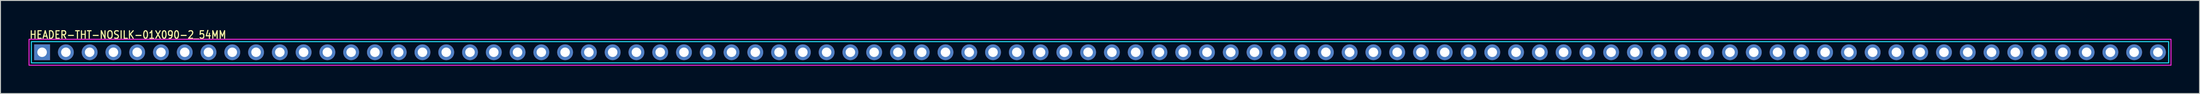
<source format=kicad_pcb>
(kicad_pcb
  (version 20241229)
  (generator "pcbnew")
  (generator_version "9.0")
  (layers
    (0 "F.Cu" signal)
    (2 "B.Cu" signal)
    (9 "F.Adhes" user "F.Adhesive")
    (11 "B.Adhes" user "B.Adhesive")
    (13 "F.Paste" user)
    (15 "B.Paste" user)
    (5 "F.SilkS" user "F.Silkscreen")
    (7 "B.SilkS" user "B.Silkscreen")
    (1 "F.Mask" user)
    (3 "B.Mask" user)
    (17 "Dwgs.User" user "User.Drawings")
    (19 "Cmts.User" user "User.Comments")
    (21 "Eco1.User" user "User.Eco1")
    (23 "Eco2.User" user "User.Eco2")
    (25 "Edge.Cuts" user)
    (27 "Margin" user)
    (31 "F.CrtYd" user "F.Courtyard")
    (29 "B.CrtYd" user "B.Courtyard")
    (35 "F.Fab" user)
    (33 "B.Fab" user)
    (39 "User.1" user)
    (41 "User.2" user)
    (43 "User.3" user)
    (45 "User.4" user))
  (footprint "HEADER-THT-NOSILK-01X090-2_54MM"
    (layer "F.Cu")
    (at 1.447 2.579)
    (property "Reference" "HEADER-THT-NOSILK-01X090-2_54MM" (at -1.4 -1.4 0) (unlocked yes) (layer "F.SilkS") (effects (font (size 0.813 0.695) (thickness 0.122)) (justify left bottom)))
    (fp_poly (pts (xy -1.143 -1.143) (xy 227.203 -1.143) (xy 227.203 1.143) (xy -1.143 1.143)) (stroke (width 0.1) (type solid)) (fill no) (layer "B.CrtYd"))
    (fp_poly (pts (xy -1.397 -1.397) (xy 227.457 -1.397) (xy 227.457 1.397) (xy -1.397 1.397)) (stroke (width 0.1) (type solid)) (fill no) (layer "F.CrtYd"))
    (pad "1" thru_hole rect (at 0 0) (size 1.693 1.693) (drill 1.016) (layers "*.Cu" "*.Mask"))
    (pad "2" thru_hole oval (at 2.54 0) (size 1.693 1.693) (drill 1.016) (layers "*.Cu" "*.Mask"))
    (pad "3" thru_hole oval (at 5.08 0) (size 1.693 1.693) (drill 1.016) (layers "*.Cu" "*.Mask"))
    (pad "4" thru_hole oval (at 7.62 0) (size 1.693 1.693) (drill 1.016) (layers "*.Cu" "*.Mask"))
    (pad "5" thru_hole oval (at 10.16 0) (size 1.693 1.693) (drill 1.016) (layers "*.Cu" "*.Mask"))
    (pad "6" thru_hole oval (at 12.7 0) (size 1.693 1.693) (drill 1.016) (layers "*.Cu" "*.Mask"))
    (pad "7" thru_hole oval (at 15.24 0) (size 1.693 1.693) (drill 1.016) (layers "*.Cu" "*.Mask"))
    (pad "8" thru_hole oval (at 17.78 0) (size 1.693 1.693) (drill 1.016) (layers "*.Cu" "*.Mask"))
    (pad "9" thru_hole oval (at 20.32 0) (size 1.693 1.693) (drill 1.016) (layers "*.Cu" "*.Mask"))
    (pad "10" thru_hole oval (at 22.86 0) (size 1.693 1.693) (drill 1.016) (layers "*.Cu" "*.Mask"))
    (pad "11" thru_hole oval (at 25.4 0) (size 1.693 1.693) (drill 1.016) (layers "*.Cu" "*.Mask"))
    (pad "12" thru_hole oval (at 27.94 0) (size 1.693 1.693) (drill 1.016) (layers "*.Cu" "*.Mask"))
    (pad "13" thru_hole oval (at 30.48 0) (size 1.693 1.693) (drill 1.016) (layers "*.Cu" "*.Mask"))
    (pad "14" thru_hole oval (at 33.02 0) (size 1.693 1.693) (drill 1.016) (layers "*.Cu" "*.Mask"))
    (pad "15" thru_hole oval (at 35.56 0) (size 1.693 1.693) (drill 1.016) (layers "*.Cu" "*.Mask"))
    (pad "16" thru_hole oval (at 38.1 0) (size 1.693 1.693) (drill 1.016) (layers "*.Cu" "*.Mask"))
    (pad "17" thru_hole oval (at 40.64 0) (size 1.693 1.693) (drill 1.016) (layers "*.Cu" "*.Mask"))
    (pad "18" thru_hole oval (at 43.18 0) (size 1.693 1.693) (drill 1.016) (layers "*.Cu" "*.Mask"))
    (pad "19" thru_hole oval (at 45.72 0) (size 1.693 1.693) (drill 1.016) (layers "*.Cu" "*.Mask"))
    (pad "20" thru_hole oval (at 48.26 0) (size 1.693 1.693) (drill 1.016) (layers "*.Cu" "*.Mask"))
    (pad "21" thru_hole oval (at 50.8 0) (size 1.693 1.693) (drill 1.016) (layers "*.Cu" "*.Mask"))
    (pad "22" thru_hole oval (at 53.34 0) (size 1.693 1.693) (drill 1.016) (layers "*.Cu" "*.Mask"))
    (pad "23" thru_hole oval (at 55.88 0) (size 1.693 1.693) (drill 1.016) (layers "*.Cu" "*.Mask"))
    (pad "24" thru_hole oval (at 58.42 0) (size 1.693 1.693) (drill 1.016) (layers "*.Cu" "*.Mask"))
    (pad "25" thru_hole oval (at 60.96 0) (size 1.693 1.693) (drill 1.016) (layers "*.Cu" "*.Mask"))
    (pad "26" thru_hole oval (at 63.5 0) (size 1.693 1.693) (drill 1.016) (layers "*.Cu" "*.Mask"))
    (pad "27" thru_hole oval (at 66.04 0) (size 1.693 1.693) (drill 1.016) (layers "*.Cu" "*.Mask"))
    (pad "28" thru_hole oval (at 68.58 0) (size 1.693 1.693) (drill 1.016) (layers "*.Cu" "*.Mask"))
    (pad "29" thru_hole oval (at 71.12 0) (size 1.693 1.693) (drill 1.016) (layers "*.Cu" "*.Mask"))
    (pad "30" thru_hole oval (at 73.66 0) (size 1.693 1.693) (drill 1.016) (layers "*.Cu" "*.Mask"))
    (pad "31" thru_hole oval (at 76.2 0) (size 1.693 1.693) (drill 1.016) (layers "*.Cu" "*.Mask"))
    (pad "32" thru_hole oval (at 78.74 0) (size 1.693 1.693) (drill 1.016) (layers "*.Cu" "*.Mask"))
    (pad "33" thru_hole oval (at 81.28 0) (size 1.693 1.693) (drill 1.016) (layers "*.Cu" "*.Mask"))
    (pad "34" thru_hole oval (at 83.82 0) (size 1.693 1.693) (drill 1.016) (layers "*.Cu" "*.Mask"))
    (pad "35" thru_hole oval (at 86.36 0) (size 1.693 1.693) (drill 1.016) (layers "*.Cu" "*.Mask"))
    (pad "36" thru_hole oval (at 88.9 0) (size 1.693 1.693) (drill 1.016) (layers "*.Cu" "*.Mask"))
    (pad "37" thru_hole oval (at 91.44 0) (size 1.693 1.693) (drill 1.016) (layers "*.Cu" "*.Mask"))
    (pad "38" thru_hole oval (at 93.98 0) (size 1.693 1.693) (drill 1.016) (layers "*.Cu" "*.Mask"))
    (pad "39" thru_hole oval (at 96.52 0) (size 1.693 1.693) (drill 1.016) (layers "*.Cu" "*.Mask"))
    (pad "40" thru_hole oval (at 99.06 0) (size 1.693 1.693) (drill 1.016) (layers "*.Cu" "*.Mask"))
    (pad "41" thru_hole oval (at 101.6 0) (size 1.693 1.693) (drill 1.016) (layers "*.Cu" "*.Mask"))
    (pad "42" thru_hole oval (at 104.14 0) (size 1.693 1.693) (drill 1.016) (layers "*.Cu" "*.Mask"))
    (pad "43" thru_hole oval (at 106.68 0) (size 1.693 1.693) (drill 1.016) (layers "*.Cu" "*.Mask"))
    (pad "44" thru_hole oval (at 109.22 0) (size 1.693 1.693) (drill 1.016) (layers "*.Cu" "*.Mask"))
    (pad "45" thru_hole oval (at 111.76 0) (size 1.693 1.693) (drill 1.016) (layers "*.Cu" "*.Mask"))
    (pad "46" thru_hole oval (at 114.3 0) (size 1.693 1.693) (drill 1.016) (layers "*.Cu" "*.Mask"))
    (pad "47" thru_hole oval (at 116.84 0) (size 1.693 1.693) (drill 1.016) (layers "*.Cu" "*.Mask"))
    (pad "48" thru_hole oval (at 119.38 0) (size 1.693 1.693) (drill 1.016) (layers "*.Cu" "*.Mask"))
    (pad "49" thru_hole oval (at 121.92 0) (size 1.693 1.693) (drill 1.016) (layers "*.Cu" "*.Mask"))
    (pad "50" thru_hole oval (at 124.46 0) (size 1.693 1.693) (drill 1.016) (layers "*.Cu" "*.Mask"))
    (pad "51" thru_hole oval (at 127 0) (size 1.693 1.693) (drill 1.016) (layers "*.Cu" "*.Mask"))
    (pad "52" thru_hole oval (at 129.54 0) (size 1.693 1.693) (drill 1.016) (layers "*.Cu" "*.Mask"))
    (pad "53" thru_hole oval (at 132.08 0) (size 1.693 1.693) (drill 1.016) (layers "*.Cu" "*.Mask"))
    (pad "54" thru_hole oval (at 134.62 0) (size 1.693 1.693) (drill 1.016) (layers "*.Cu" "*.Mask"))
    (pad "55" thru_hole oval (at 137.16 0) (size 1.693 1.693) (drill 1.016) (layers "*.Cu" "*.Mask"))
    (pad "56" thru_hole oval (at 139.7 0) (size 1.693 1.693) (drill 1.016) (layers "*.Cu" "*.Mask"))
    (pad "57" thru_hole oval (at 142.24 0) (size 1.693 1.693) (drill 1.016) (layers "*.Cu" "*.Mask"))
    (pad "58" thru_hole oval (at 144.78 0) (size 1.693 1.693) (drill 1.016) (layers "*.Cu" "*.Mask"))
    (pad "59" thru_hole oval (at 147.32 0) (size 1.693 1.693) (drill 1.016) (layers "*.Cu" "*.Mask"))
    (pad "60" thru_hole oval (at 149.86 0) (size 1.693 1.693) (drill 1.016) (layers "*.Cu" "*.Mask"))
    (pad "61" thru_hole oval (at 152.4 0) (size 1.693 1.693) (drill 1.016) (layers "*.Cu" "*.Mask"))
    (pad "62" thru_hole oval (at 154.94 0) (size 1.693 1.693) (drill 1.016) (layers "*.Cu" "*.Mask"))
    (pad "63" thru_hole oval (at 157.48 0) (size 1.693 1.693) (drill 1.016) (layers "*.Cu" "*.Mask"))
    (pad "64" thru_hole oval (at 160.02 0) (size 1.693 1.693) (drill 1.016) (layers "*.Cu" "*.Mask"))
    (pad "65" thru_hole oval (at 162.56 0) (size 1.693 1.693) (drill 1.016) (layers "*.Cu" "*.Mask"))
    (pad "66" thru_hole oval (at 165.1 0) (size 1.693 1.693) (drill 1.016) (layers "*.Cu" "*.Mask"))
    (pad "67" thru_hole oval (at 167.64 0) (size 1.693 1.693) (drill 1.016) (layers "*.Cu" "*.Mask"))
    (pad "68" thru_hole oval (at 170.18 0) (size 1.693 1.693) (drill 1.016) (layers "*.Cu" "*.Mask"))
    (pad "69" thru_hole oval (at 172.72 0) (size 1.693 1.693) (drill 1.016) (layers "*.Cu" "*.Mask"))
    (pad "70" thru_hole oval (at 175.26 0) (size 1.693 1.693) (drill 1.016) (layers "*.Cu" "*.Mask"))
    (pad "71" thru_hole oval (at 177.8 0) (size 1.693 1.693) (drill 1.016) (layers "*.Cu" "*.Mask"))
    (pad "72" thru_hole oval (at 180.34 0) (size 1.693 1.693) (drill 1.016) (layers "*.Cu" "*.Mask"))
    (pad "73" thru_hole oval (at 182.88 0) (size 1.693 1.693) (drill 1.016) (layers "*.Cu" "*.Mask"))
    (pad "74" thru_hole oval (at 185.42 0) (size 1.693 1.693) (drill 1.016) (layers "*.Cu" "*.Mask"))
    (pad "75" thru_hole oval (at 187.96 0) (size 1.693 1.693) (drill 1.016) (layers "*.Cu" "*.Mask"))
    (pad "76" thru_hole oval (at 190.5 0) (size 1.693 1.693) (drill 1.016) (layers "*.Cu" "*.Mask"))
    (pad "77" thru_hole oval (at 193.04 0) (size 1.693 1.693) (drill 1.016) (layers "*.Cu" "*.Mask"))
    (pad "78" thru_hole oval (at 195.58 0) (size 1.693 1.693) (drill 1.016) (layers "*.Cu" "*.Mask"))
    (pad "79" thru_hole oval (at 198.12 0) (size 1.693 1.693) (drill 1.016) (layers "*.Cu" "*.Mask"))
    (pad "80" thru_hole oval (at 200.66 0) (size 1.693 1.693) (drill 1.016) (layers "*.Cu" "*.Mask"))
    (pad "81" thru_hole oval (at 203.2 0) (size 1.693 1.693) (drill 1.016) (layers "*.Cu" "*.Mask"))
    (pad "82" thru_hole oval (at 205.74 0) (size 1.693 1.693) (drill 1.016) (layers "*.Cu" "*.Mask"))
    (pad "83" thru_hole oval (at 208.28 0) (size 1.693 1.693) (drill 1.016) (layers "*.Cu" "*.Mask"))
    (pad "84" thru_hole oval (at 210.82 0) (size 1.693 1.693) (drill 1.016) (layers "*.Cu" "*.Mask"))
    (pad "85" thru_hole oval (at 213.36 0) (size 1.693 1.693) (drill 1.016) (layers "*.Cu" "*.Mask"))
    (pad "86" thru_hole oval (at 215.9 0) (size 1.693 1.693) (drill 1.016) (layers "*.Cu" "*.Mask"))
    (pad "87" thru_hole oval (at 218.44 0) (size 1.693 1.693) (drill 1.016) (layers "*.Cu" "*.Mask"))
    (pad "88" thru_hole oval (at 220.98 0) (size 1.693 1.693) (drill 1.016) (layers "*.Cu" "*.Mask"))
    (pad "89" thru_hole oval (at 223.52 0) (size 1.693 1.693) (drill 1.016) (layers "*.Cu" "*.Mask"))
    (pad "90" thru_hole oval (at 226.06 0) (size 1.693 1.693) (drill 1.016) (layers "*.Cu" "*.Mask")))
  (gr_rect
    (start -3 -3)
    (end 231.954 7.026)
    (stroke (width 0.1) (type default))
    (fill no)
    (layer "Edge.Cuts")))
</source>
